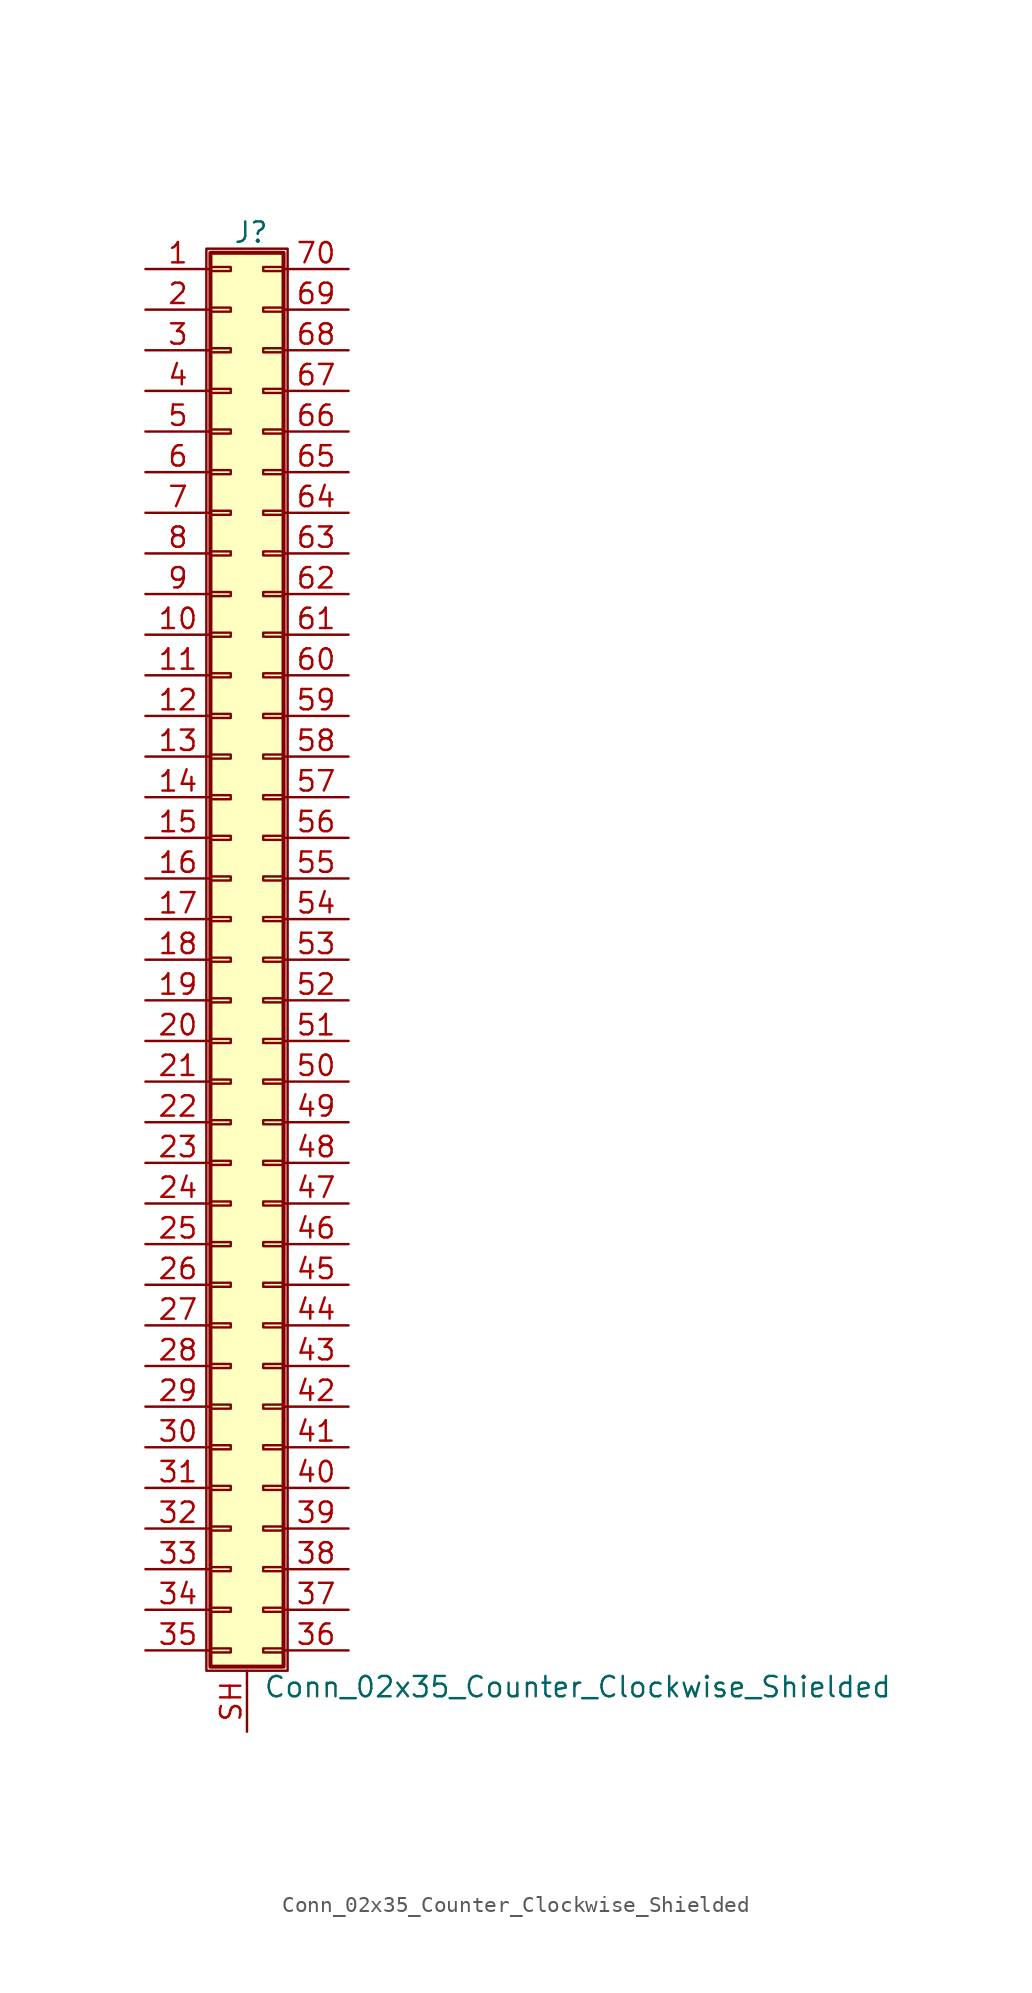
<source format=kicad_sym>
(kicad_symbol_lib
  (version 20211014)
  (generator kicad_symbol_editor)
  (symbol "Conn_02x35_Counter_Clockwise_Shielded"
    (pin_names
      (offset 1.016) hide)
    (property "Reference" "J"
      (at 1.524 45.466 0)
      (effects (font (size 1.27 1.27))))
    (property "Value" "Conn_02x35_Counter_Clockwise_Shielded"
      (at 2.286 -45.466 0)
      (effects (font (size 1.27 1.27)) (justify left)))
    (symbol "Conn_02x35_Counter_Clockwise_Shielded_1_1"
      (rectangle (start -1.27 44.45) (end 3.81 -44.45) (stroke (width 0.152) (type default) (color 0 0 0 0)) (fill (type none)))
      (rectangle (start -1.016 -43.053) (end 0.254 -43.307) (stroke (width 0.152) (type default) (color 0 0 0 0)) (fill (type none)))
      (rectangle (start -1.016 -40.513) (end 0.254 -40.767) (stroke (width 0.152) (type default) (color 0 0 0 0)) (fill (type none)))
      (rectangle (start -1.016 -37.973) (end 0.254 -38.227) (stroke (width 0.152) (type default) (color 0 0 0 0)) (fill (type none)))
      (rectangle (start -1.016 -35.433) (end 0.254 -35.687) (stroke (width 0.152) (type default) (color 0 0 0 0)) (fill (type none)))
      (rectangle (start -1.016 -32.893) (end 0.254 -33.147) (stroke (width 0.152) (type default) (color 0 0 0 0)) (fill (type none)))
      (rectangle (start -1.016 -30.353) (end 0.254 -30.607) (stroke (width 0.152) (type default) (color 0 0 0 0)) (fill (type none)))
      (rectangle (start -1.016 -27.813) (end 0.254 -28.067) (stroke (width 0.152) (type default) (color 0 0 0 0)) (fill (type none)))
      (rectangle (start -1.016 -25.273) (end 0.254 -25.527) (stroke (width 0.152) (type default) (color 0 0 0 0)) (fill (type none)))
      (rectangle (start -1.016 -22.733) (end 0.254 -22.987) (stroke (width 0.152) (type default) (color 0 0 0 0)) (fill (type none)))
      (rectangle (start -1.016 -20.193) (end 0.254 -20.447) (stroke (width 0.152) (type default) (color 0 0 0 0)) (fill (type none)))
      (rectangle (start -1.016 -17.653) (end 0.254 -17.907) (stroke (width 0.152) (type default) (color 0 0 0 0)) (fill (type none)))
      (rectangle (start -1.016 -15.113) (end 0.254 -15.367) (stroke (width 0.152) (type default) (color 0 0 0 0)) (fill (type none)))
      (rectangle (start -1.016 -12.573) (end 0.254 -12.827) (stroke (width 0.152) (type default) (color 0 0 0 0)) (fill (type none)))
      (rectangle (start -1.016 -10.033) (end 0.254 -10.287) (stroke (width 0.152) (type default) (color 0 0 0 0)) (fill (type none)))
      (rectangle (start -1.016 -7.493) (end 0.254 -7.747) (stroke (width 0.152) (type default) (color 0 0 0 0)) (fill (type none)))
      (rectangle (start -1.016 -4.953) (end 0.254 -5.207) (stroke (width 0.152) (type default) (color 0 0 0 0)) (fill (type none)))
      (rectangle (start -1.016 -2.413) (end 0.254 -2.667) (stroke (width 0.152) (type default) (color 0 0 0 0)) (fill (type none)))
      (rectangle (start -1.016 0.127) (end 0.254 -0.127) (stroke (width 0.152) (type default) (color 0 0 0 0)) (fill (type none)))
      (rectangle (start -1.016 2.667) (end 0.254 2.413) (stroke (width 0.152) (type default) (color 0 0 0 0)) (fill (type none)))
      (rectangle (start -1.016 5.207) (end 0.254 4.953) (stroke (width 0.152) (type default) (color 0 0 0 0)) (fill (type none)))
      (rectangle (start -1.016 7.747) (end 0.254 7.493) (stroke (width 0.152) (type default) (color 0 0 0 0)) (fill (type none)))
      (rectangle (start -1.016 10.287) (end 0.254 10.033) (stroke (width 0.152) (type default) (color 0 0 0 0)) (fill (type none)))
      (rectangle (start -1.016 12.827) (end 0.254 12.573) (stroke (width 0.152) (type default) (color 0 0 0 0)) (fill (type none)))
      (rectangle (start -1.016 15.367) (end 0.254 15.113) (stroke (width 0.152) (type default) (color 0 0 0 0)) (fill (type none)))
      (rectangle (start -1.016 17.907) (end 0.254 17.653) (stroke (width 0.152) (type default) (color 0 0 0 0)) (fill (type none)))
      (rectangle (start -1.016 20.447) (end 0.254 20.193) (stroke (width 0.152) (type default) (color 0 0 0 0)) (fill (type none)))
      (rectangle (start -1.016 22.987) (end 0.254 22.733) (stroke (width 0.152) (type default) (color 0 0 0 0)) (fill (type none)))
      (rectangle (start -1.016 25.527) (end 0.254 25.273) (stroke (width 0.152) (type default) (color 0 0 0 0)) (fill (type none)))
      (rectangle (start -1.016 28.067) (end 0.254 27.813) (stroke (width 0.152) (type default) (color 0 0 0 0)) (fill (type none)))
      (rectangle (start -1.016 30.607) (end 0.254 30.353) (stroke (width 0.152) (type default) (color 0 0 0 0)) (fill (type none)))
      (rectangle (start -1.016 33.147) (end 0.254 32.893) (stroke (width 0.152) (type default) (color 0 0 0 0)) (fill (type none)))
      (rectangle (start -1.016 35.687) (end 0.254 35.433) (stroke (width 0.152) (type default) (color 0 0 0 0)) (fill (type none)))
      (rectangle (start -1.016 38.227) (end 0.254 37.973) (stroke (width 0.152) (type default) (color 0 0 0 0)) (fill (type none)))
      (rectangle (start -1.016 40.767) (end 0.254 40.513) (stroke (width 0.152) (type default) (color 0 0 0 0)) (fill (type none)))
      (rectangle (start -1.016 43.307) (end 0.254 43.053) (stroke (width 0.152) (type default) (color 0 0 0 0)) (fill (type none)))
      (rectangle (start -1.016 44.196) (end 3.556 -44.196) (stroke (width 0.254) (type default) (color 0 0 0 0)) (fill (type background)))
      (rectangle (start 3.556 -43.053) (end 2.286 -43.307) (stroke (width 0.152) (type default) (color 0 0 0 0)) (fill (type none)))
      (rectangle (start 3.556 -40.513) (end 2.286 -40.767) (stroke (width 0.152) (type default) (color 0 0 0 0)) (fill (type none)))
      (rectangle (start 3.556 -37.973) (end 2.286 -38.227) (stroke (width 0.152) (type default) (color 0 0 0 0)) (fill (type none)))
      (rectangle (start 3.556 -35.433) (end 2.286 -35.687) (stroke (width 0.152) (type default) (color 0 0 0 0)) (fill (type none)))
      (rectangle (start 3.556 -32.893) (end 2.286 -33.147) (stroke (width 0.152) (type default) (color 0 0 0 0)) (fill (type none)))
      (rectangle (start 3.556 -30.353) (end 2.286 -30.607) (stroke (width 0.152) (type default) (color 0 0 0 0)) (fill (type none)))
      (rectangle (start 3.556 -27.813) (end 2.286 -28.067) (stroke (width 0.152) (type default) (color 0 0 0 0)) (fill (type none)))
      (rectangle (start 3.556 -25.273) (end 2.286 -25.527) (stroke (width 0.152) (type default) (color 0 0 0 0)) (fill (type none)))
      (rectangle (start 3.556 -22.733) (end 2.286 -22.987) (stroke (width 0.152) (type default) (color 0 0 0 0)) (fill (type none)))
      (rectangle (start 3.556 -20.193) (end 2.286 -20.447) (stroke (width 0.152) (type default) (color 0 0 0 0)) (fill (type none)))
      (rectangle (start 3.556 -17.653) (end 2.286 -17.907) (stroke (width 0.152) (type default) (color 0 0 0 0)) (fill (type none)))
      (rectangle (start 3.556 -15.113) (end 2.286 -15.367) (stroke (width 0.152) (type default) (color 0 0 0 0)) (fill (type none)))
      (rectangle (start 3.556 -12.573) (end 2.286 -12.827) (stroke (width 0.152) (type default) (color 0 0 0 0)) (fill (type none)))
      (rectangle (start 3.556 -10.033) (end 2.286 -10.287) (stroke (width 0.152) (type default) (color 0 0 0 0)) (fill (type none)))
      (rectangle (start 3.556 -7.493) (end 2.286 -7.747) (stroke (width 0.152) (type default) (color 0 0 0 0)) (fill (type none)))
      (rectangle (start 3.556 -4.953) (end 2.286 -5.207) (stroke (width 0.152) (type default) (color 0 0 0 0)) (fill (type none)))
      (rectangle (start 3.556 -2.413) (end 2.286 -2.667) (stroke (width 0.152) (type default) (color 0 0 0 0)) (fill (type none)))
      (rectangle (start 3.556 0.127) (end 2.286 -0.127) (stroke (width 0.152) (type default) (color 0 0 0 0)) (fill (type none)))
      (rectangle (start 3.556 2.667) (end 2.286 2.413) (stroke (width 0.152) (type default) (color 0 0 0 0)) (fill (type none)))
      (rectangle (start 3.556 5.207) (end 2.286 4.953) (stroke (width 0.152) (type default) (color 0 0 0 0)) (fill (type none)))
      (rectangle (start 3.556 7.747) (end 2.286 7.493) (stroke (width 0.152) (type default) (color 0 0 0 0)) (fill (type none)))
      (rectangle (start 3.556 10.287) (end 2.286 10.033) (stroke (width 0.152) (type default) (color 0 0 0 0)) (fill (type none)))
      (rectangle (start 3.556 12.827) (end 2.286 12.573) (stroke (width 0.152) (type default) (color 0 0 0 0)) (fill (type none)))
      (rectangle (start 3.556 15.367) (end 2.286 15.113) (stroke (width 0.152) (type default) (color 0 0 0 0)) (fill (type none)))
      (rectangle (start 3.556 17.907) (end 2.286 17.653) (stroke (width 0.152) (type default) (color 0 0 0 0)) (fill (type none)))
      (rectangle (start 3.556 20.447) (end 2.286 20.193) (stroke (width 0.152) (type default) (color 0 0 0 0)) (fill (type none)))
      (rectangle (start 3.556 22.987) (end 2.286 22.733) (stroke (width 0.152) (type default) (color 0 0 0 0)) (fill (type none)))
      (rectangle (start 3.556 25.527) (end 2.286 25.273) (stroke (width 0.152) (type default) (color 0 0 0 0)) (fill (type none)))
      (rectangle (start 3.556 28.067) (end 2.286 27.813) (stroke (width 0.152) (type default) (color 0 0 0 0)) (fill (type none)))
      (rectangle (start 3.556 30.607) (end 2.286 30.353) (stroke (width 0.152) (type default) (color 0 0 0 0)) (fill (type none)))
      (rectangle (start 3.556 33.147) (end 2.286 32.893) (stroke (width 0.152) (type default) (color 0 0 0 0)) (fill (type none)))
      (rectangle (start 3.556 35.687) (end 2.286 35.433) (stroke (width 0.152) (type default) (color 0 0 0 0)) (fill (type none)))
      (rectangle (start 3.556 38.227) (end 2.286 37.973) (stroke (width 0.152) (type default) (color 0 0 0 0)) (fill (type none)))
      (rectangle (start 3.556 40.767) (end 2.286 40.513) (stroke (width 0.152) (type default) (color 0 0 0 0)) (fill (type none)))
      (rectangle (start 3.556 43.307) (end 2.286 43.053) (stroke (width 0.152) (type default) (color 0 0 0 0)) (fill (type none)))
      (pin passive line (at -5.08 43.18 0) (length 4.064) (name "Pin_1" (effects (font (size 1.27 1.27)))) (number "1" (effects (font (size 1.27 1.27)))))
      (pin passive line (at -5.08 20.32 0) (length 4.064) (name "Pin_10" (effects (font (size 1.27 1.27)))) (number "10" (effects (font (size 1.27 1.27)))))
      (pin passive line (at -5.08 17.78 0) (length 4.064) (name "Pin_11" (effects (font (size 1.27 1.27)))) (number "11" (effects (font (size 1.27 1.27)))))
      (pin passive line (at -5.08 15.24 0) (length 4.064) (name "Pin_12" (effects (font (size 1.27 1.27)))) (number "12" (effects (font (size 1.27 1.27)))))
      (pin passive line (at -5.08 12.7 0) (length 4.064) (name "Pin_13" (effects (font (size 1.27 1.27)))) (number "13" (effects (font (size 1.27 1.27)))))
      (pin passive line (at -5.08 10.16 0) (length 4.064) (name "Pin_14" (effects (font (size 1.27 1.27)))) (number "14" (effects (font (size 1.27 1.27)))))
      (pin passive line (at -5.08 7.62 0) (length 4.064) (name "Pin_15" (effects (font (size 1.27 1.27)))) (number "15" (effects (font (size 1.27 1.27)))))
      (pin passive line (at -5.08 5.08 0) (length 4.064) (name "Pin_16" (effects (font (size 1.27 1.27)))) (number "16" (effects (font (size 1.27 1.27)))))
      (pin passive line (at -5.08 2.54 0) (length 4.064) (name "Pin_17" (effects (font (size 1.27 1.27)))) (number "17" (effects (font (size 1.27 1.27)))))
      (pin passive line (at -5.08 0 0) (length 4.064) (name "Pin_18" (effects (font (size 1.27 1.27)))) (number "18" (effects (font (size 1.27 1.27)))))
      (pin passive line (at -5.08 -2.54 0) (length 4.064) (name "Pin_19" (effects (font (size 1.27 1.27)))) (number "19" (effects (font (size 1.27 1.27)))))
      (pin passive line (at -5.08 40.64 0) (length 4.064) (name "Pin_2" (effects (font (size 1.27 1.27)))) (number "2" (effects (font (size 1.27 1.27)))))
      (pin passive line (at -5.08 -5.08 0) (length 4.064) (name "Pin_20" (effects (font (size 1.27 1.27)))) (number "20" (effects (font (size 1.27 1.27)))))
      (pin passive line (at -5.08 -7.62 0) (length 4.064) (name "Pin_21" (effects (font (size 1.27 1.27)))) (number "21" (effects (font (size 1.27 1.27)))))
      (pin passive line (at -5.08 -10.16 0) (length 4.064) (name "Pin_22" (effects (font (size 1.27 1.27)))) (number "22" (effects (font (size 1.27 1.27)))))
      (pin passive line (at -5.08 -12.7 0) (length 4.064) (name "Pin_23" (effects (font (size 1.27 1.27)))) (number "23" (effects (font (size 1.27 1.27)))))
      (pin passive line (at -5.08 -15.24 0) (length 4.064) (name "Pin_24" (effects (font (size 1.27 1.27)))) (number "24" (effects (font (size 1.27 1.27)))))
      (pin passive line (at -5.08 -17.78 0) (length 4.064) (name "Pin_25" (effects (font (size 1.27 1.27)))) (number "25" (effects (font (size 1.27 1.27)))))
      (pin passive line (at -5.08 -20.32 0) (length 4.064) (name "Pin_26" (effects (font (size 1.27 1.27)))) (number "26" (effects (font (size 1.27 1.27)))))
      (pin passive line (at -5.08 -22.86 0) (length 4.064) (name "Pin_27" (effects (font (size 1.27 1.27)))) (number "27" (effects (font (size 1.27 1.27)))))
      (pin passive line (at -5.08 -25.4 0) (length 4.064) (name "Pin_28" (effects (font (size 1.27 1.27)))) (number "28" (effects (font (size 1.27 1.27)))))
      (pin passive line (at -5.08 -27.94 0) (length 4.064) (name "Pin_29" (effects (font (size 1.27 1.27)))) (number "29" (effects (font (size 1.27 1.27)))))
      (pin passive line (at -5.08 38.1 0) (length 4.064) (name "Pin_3" (effects (font (size 1.27 1.27)))) (number "3" (effects (font (size 1.27 1.27)))))
      (pin passive line (at -5.08 -30.48 0) (length 4.064) (name "Pin_30" (effects (font (size 1.27 1.27)))) (number "30" (effects (font (size 1.27 1.27)))))
      (pin passive line (at -5.08 -33.02 0) (length 4.064) (name "Pin_31" (effects (font (size 1.27 1.27)))) (number "31" (effects (font (size 1.27 1.27)))))
      (pin passive line (at -5.08 -35.56 0) (length 4.064) (name "Pin_32" (effects (font (size 1.27 1.27)))) (number "32" (effects (font (size 1.27 1.27)))))
      (pin passive line (at -5.08 -38.1 0) (length 4.064) (name "Pin_33" (effects (font (size 1.27 1.27)))) (number "33" (effects (font (size 1.27 1.27)))))
      (pin passive line (at -5.08 -40.64 0) (length 4.064) (name "Pin_34" (effects (font (size 1.27 1.27)))) (number "34" (effects (font (size 1.27 1.27)))))
      (pin passive line (at -5.08 -43.18 0) (length 4.064) (name "Pin_35" (effects (font (size 1.27 1.27)))) (number "35" (effects (font (size 1.27 1.27)))))
      (pin passive line (at 7.62 -43.18 180) (length 4.064) (name "Pin_36" (effects (font (size 1.27 1.27)))) (number "36" (effects (font (size 1.27 1.27)))))
      (pin passive line (at 7.62 -40.64 180) (length 4.064) (name "Pin_37" (effects (font (size 1.27 1.27)))) (number "37" (effects (font (size 1.27 1.27)))))
      (pin passive line (at 7.62 -38.1 180) (length 4.064) (name "Pin_38" (effects (font (size 1.27 1.27)))) (number "38" (effects (font (size 1.27 1.27)))))
      (pin passive line (at 7.62 -35.56 180) (length 4.064) (name "Pin_39" (effects (font (size 1.27 1.27)))) (number "39" (effects (font (size 1.27 1.27)))))
      (pin passive line (at -5.08 35.56 0) (length 4.064) (name "Pin_4" (effects (font (size 1.27 1.27)))) (number "4" (effects (font (size 1.27 1.27)))))
      (pin passive line (at 7.62 -33.02 180) (length 4.064) (name "Pin_40" (effects (font (size 1.27 1.27)))) (number "40" (effects (font (size 1.27 1.27)))))
      (pin passive line (at 7.62 -30.48 180) (length 4.064) (name "Pin_41" (effects (font (size 1.27 1.27)))) (number "41" (effects (font (size 1.27 1.27)))))
      (pin passive line (at 7.62 -27.94 180) (length 4.064) (name "Pin_42" (effects (font (size 1.27 1.27)))) (number "42" (effects (font (size 1.27 1.27)))))
      (pin passive line (at 7.62 -25.4 180) (length 4.064) (name "Pin_43" (effects (font (size 1.27 1.27)))) (number "43" (effects (font (size 1.27 1.27)))))
      (pin passive line (at 7.62 -22.86 180) (length 4.064) (name "Pin_44" (effects (font (size 1.27 1.27)))) (number "44" (effects (font (size 1.27 1.27)))))
      (pin passive line (at 7.62 -20.32 180) (length 4.064) (name "Pin_45" (effects (font (size 1.27 1.27)))) (number "45" (effects (font (size 1.27 1.27)))))
      (pin passive line (at 7.62 -17.78 180) (length 4.064) (name "Pin_46" (effects (font (size 1.27 1.27)))) (number "46" (effects (font (size 1.27 1.27)))))
      (pin passive line (at 7.62 -15.24 180) (length 4.064) (name "Pin_47" (effects (font (size 1.27 1.27)))) (number "47" (effects (font (size 1.27 1.27)))))
      (pin passive line (at 7.62 -12.7 180) (length 4.064) (name "Pin_48" (effects (font (size 1.27 1.27)))) (number "48" (effects (font (size 1.27 1.27)))))
      (pin passive line (at 7.62 -10.16 180) (length 4.064) (name "Pin_49" (effects (font (size 1.27 1.27)))) (number "49" (effects (font (size 1.27 1.27)))))
      (pin passive line (at -5.08 33.02 0) (length 4.064) (name "Pin_5" (effects (font (size 1.27 1.27)))) (number "5" (effects (font (size 1.27 1.27)))))
      (pin passive line (at 7.62 -7.62 180) (length 4.064) (name "Pin_50" (effects (font (size 1.27 1.27)))) (number "50" (effects (font (size 1.27 1.27)))))
      (pin passive line (at 7.62 -5.08 180) (length 4.064) (name "Pin_51" (effects (font (size 1.27 1.27)))) (number "51" (effects (font (size 1.27 1.27)))))
      (pin passive line (at 7.62 -2.54 180) (length 4.064) (name "Pin_52" (effects (font (size 1.27 1.27)))) (number "52" (effects (font (size 1.27 1.27)))))
      (pin passive line (at 7.62 0 180) (length 4.064) (name "Pin_53" (effects (font (size 1.27 1.27)))) (number "53" (effects (font (size 1.27 1.27)))))
      (pin passive line (at 7.62 2.54 180) (length 4.064) (name "Pin_54" (effects (font (size 1.27 1.27)))) (number "54" (effects (font (size 1.27 1.27)))))
      (pin passive line (at 7.62 5.08 180) (length 4.064) (name "Pin_55" (effects (font (size 1.27 1.27)))) (number "55" (effects (font (size 1.27 1.27)))))
      (pin passive line (at 7.62 7.62 180) (length 4.064) (name "Pin_56" (effects (font (size 1.27 1.27)))) (number "56" (effects (font (size 1.27 1.27)))))
      (pin passive line (at 7.62 10.16 180) (length 4.064) (name "Pin_57" (effects (font (size 1.27 1.27)))) (number "57" (effects (font (size 1.27 1.27)))))
      (pin passive line (at 7.62 12.7 180) (length 4.064) (name "Pin_58" (effects (font (size 1.27 1.27)))) (number "58" (effects (font (size 1.27 1.27)))))
      (pin passive line (at 7.62 15.24 180) (length 4.064) (name "Pin_59" (effects (font (size 1.27 1.27)))) (number "59" (effects (font (size 1.27 1.27)))))
      (pin passive line (at -5.08 30.48 0) (length 4.064) (name "Pin_6" (effects (font (size 1.27 1.27)))) (number "6" (effects (font (size 1.27 1.27)))))
      (pin passive line (at 7.62 17.78 180) (length 4.064) (name "Pin_60" (effects (font (size 1.27 1.27)))) (number "60" (effects (font (size 1.27 1.27)))))
      (pin passive line (at 7.62 20.32 180) (length 4.064) (name "Pin_61" (effects (font (size 1.27 1.27)))) (number "61" (effects (font (size 1.27 1.27)))))
      (pin passive line (at 7.62 22.86 180) (length 4.064) (name "Pin_62" (effects (font (size 1.27 1.27)))) (number "62" (effects (font (size 1.27 1.27)))))
      (pin passive line (at 7.62 25.4 180) (length 4.064) (name "Pin_63" (effects (font (size 1.27 1.27)))) (number "63" (effects (font (size 1.27 1.27)))))
      (pin passive line (at 7.62 27.94 180) (length 4.064) (name "Pin_64" (effects (font (size 1.27 1.27)))) (number "64" (effects (font (size 1.27 1.27)))))
      (pin passive line (at 7.62 30.48 180) (length 4.064) (name "Pin_65" (effects (font (size 1.27 1.27)))) (number "65" (effects (font (size 1.27 1.27)))))
      (pin passive line (at 7.62 33.02 180) (length 4.064) (name "Pin_66" (effects (font (size 1.27 1.27)))) (number "66" (effects (font (size 1.27 1.27)))))
      (pin passive line (at 7.62 35.56 180) (length 4.064) (name "Pin_67" (effects (font (size 1.27 1.27)))) (number "67" (effects (font (size 1.27 1.27)))))
      (pin passive line (at 7.62 38.1 180) (length 4.064) (name "Pin_68" (effects (font (size 1.27 1.27)))) (number "68" (effects (font (size 1.27 1.27)))))
      (pin passive line (at 7.62 40.64 180) (length 4.064) (name "Pin_69" (effects (font (size 1.27 1.27)))) (number "69" (effects (font (size 1.27 1.27)))))
      (pin passive line (at -5.08 27.94 0) (length 4.064) (name "Pin_7" (effects (font (size 1.27 1.27)))) (number "7" (effects (font (size 1.27 1.27)))))
      (pin passive line (at 7.62 43.18 180) (length 4.064) (name "Pin_70" (effects (font (size 1.27 1.27)))) (number "70" (effects (font (size 1.27 1.27)))))
      (pin passive line (at -5.08 25.4 0) (length 4.064) (name "Pin_8" (effects (font (size 1.27 1.27)))) (number "8" (effects (font (size 1.27 1.27)))))
      (pin passive line (at -5.08 22.86 0) (length 4.064) (name "Pin_9" (effects (font (size 1.27 1.27)))) (number "9" (effects (font (size 1.27 1.27)))))
      (pin passive line (at 1.27 -48.26 90) (length 3.81) (name "Shield" (effects (font (size 1.27 1.27)))) (number "SH" (effects (font (size 1.27 1.27))))))))
</source>
